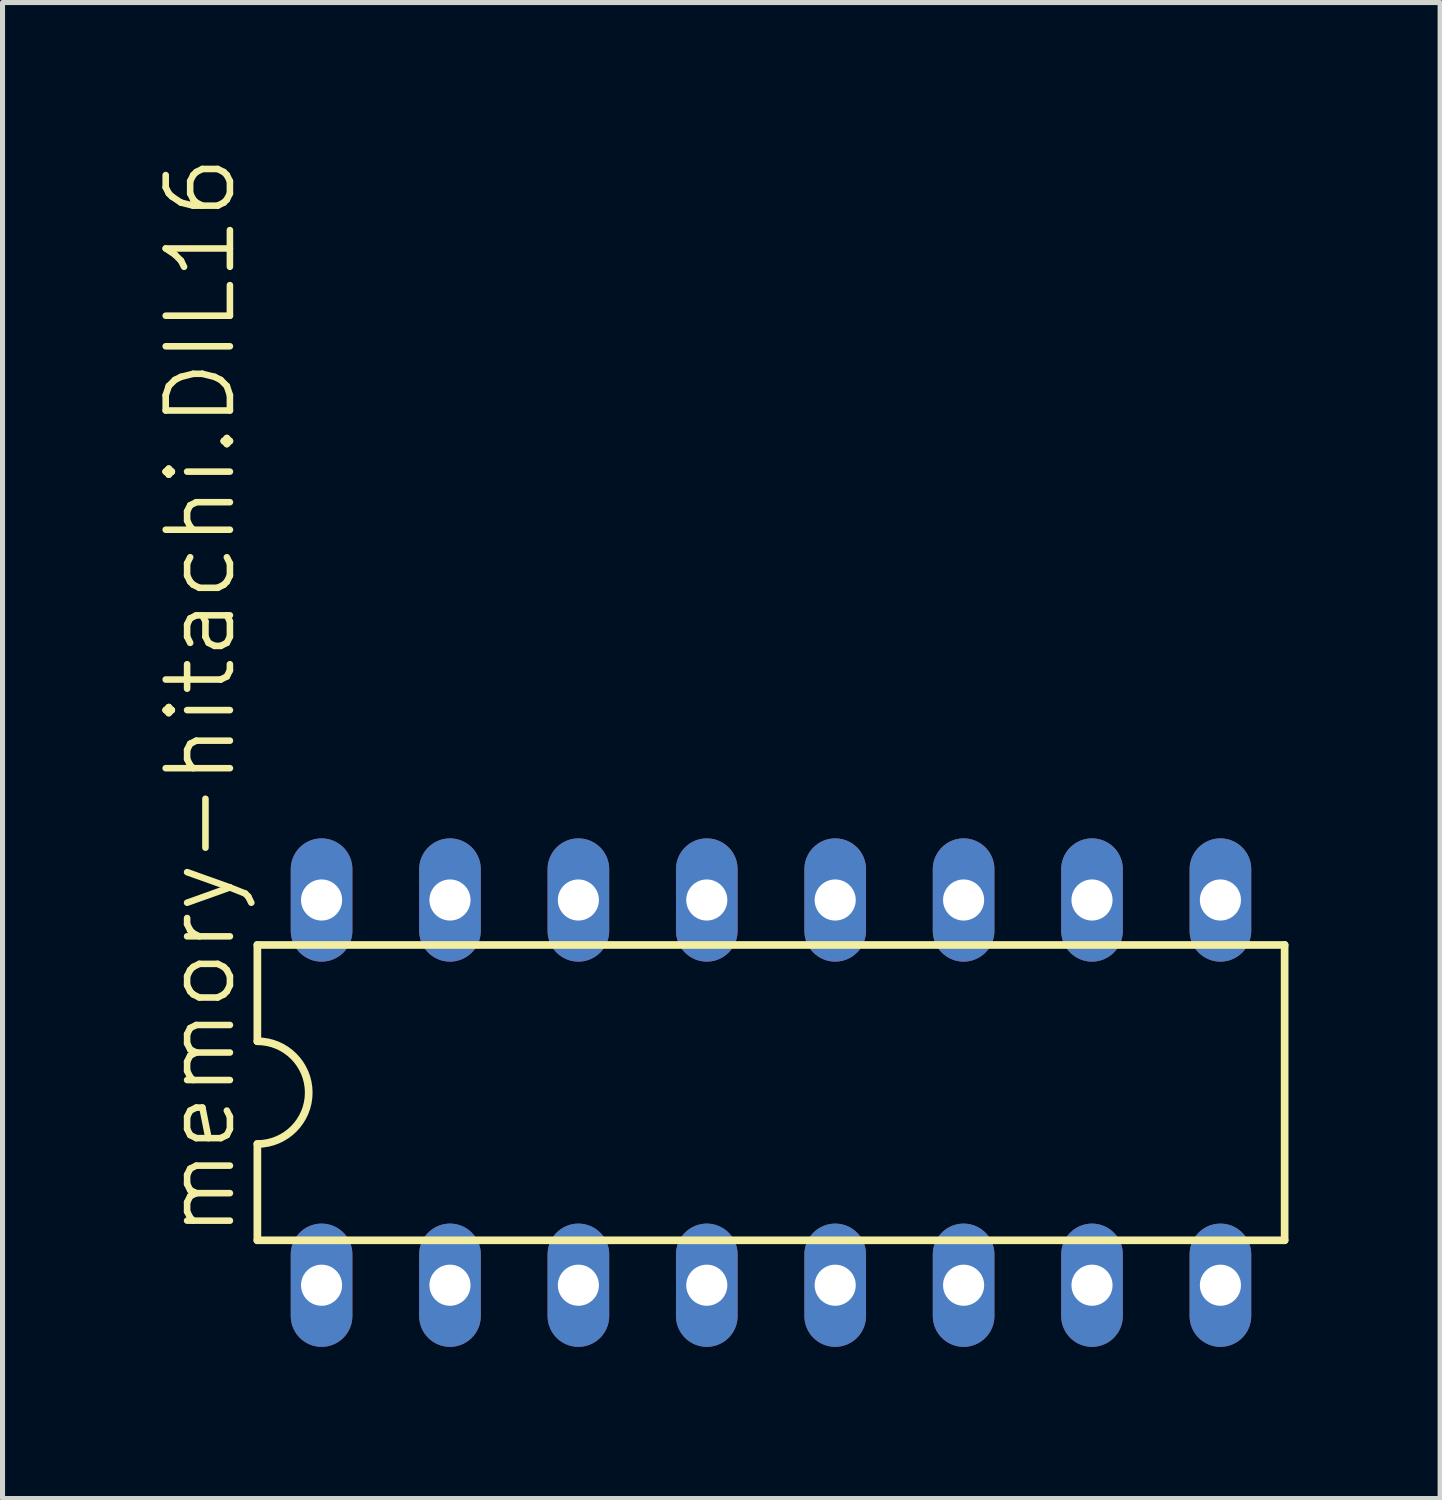
<source format=kicad_pcb>
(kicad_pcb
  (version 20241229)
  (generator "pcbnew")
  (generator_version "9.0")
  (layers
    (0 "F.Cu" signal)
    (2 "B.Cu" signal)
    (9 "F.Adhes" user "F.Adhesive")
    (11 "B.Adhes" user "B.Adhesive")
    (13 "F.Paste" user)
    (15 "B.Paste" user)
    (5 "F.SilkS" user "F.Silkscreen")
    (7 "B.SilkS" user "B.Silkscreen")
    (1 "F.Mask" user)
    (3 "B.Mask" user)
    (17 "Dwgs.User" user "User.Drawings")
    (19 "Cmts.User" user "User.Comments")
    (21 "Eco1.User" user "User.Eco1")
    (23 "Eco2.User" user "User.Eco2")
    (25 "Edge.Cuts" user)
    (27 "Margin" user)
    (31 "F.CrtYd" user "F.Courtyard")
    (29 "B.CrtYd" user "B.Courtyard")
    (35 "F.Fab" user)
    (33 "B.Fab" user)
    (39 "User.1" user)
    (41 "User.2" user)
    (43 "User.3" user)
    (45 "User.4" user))
  (footprint "memory-hitachi.DIL16"
    (layer "F.Cu")
    (at 12.201 18.563)
    (property "Reference" "memory-hitachi.DIL16" (at -10.541 2.921 90) (layer "F.SilkS") (effects (font (size 1.27 1.27) (thickness 0.13)) (justify left bottom)))
    (attr through_hole)
    (fp_line (start -10.16 -2.921) (end -10.16 -1.016) (stroke (width 0.152) (type default)) (layer "F.SilkS"))
    (fp_line (start -10.16 2.921) (end -10.16 1.016) (stroke (width 0.152) (type default)) (layer "F.SilkS"))
    (fp_line (start -10.16 2.921) (end 10.16 2.921) (stroke (width 0.152) (type default)) (layer "F.SilkS"))
    (fp_line (start 10.16 -2.921) (end -10.16 -2.921) (stroke (width 0.152) (type default)) (layer "F.SilkS"))
    (fp_line (start 10.16 -2.921) (end 10.16 2.921) (stroke (width 0.152) (type default)) (layer "F.SilkS"))
    (fp_arc (start -10.16 -1.016) (mid -9.144 0) (end -10.16 1.016) (stroke (width 0.1524) (type default)) (layer "F.SilkS"))
    (pad "1" thru_hole oval (at -8.89 3.81 90) (size 2.438 1.219) (drill 0.813) (layers "*.Cu" "*.Mask"))
    (pad "2" thru_hole oval (at -6.35 3.81 90) (size 2.438 1.219) (drill 0.813) (layers "*.Cu" "*.Mask"))
    (pad "3" thru_hole oval (at -3.81 3.81 90) (size 2.438 1.219) (drill 0.813) (layers "*.Cu" "*.Mask"))
    (pad "4" thru_hole oval (at -1.27 3.81 90) (size 2.438 1.219) (drill 0.813) (layers "*.Cu" "*.Mask"))
    (pad "5" thru_hole oval (at 1.27 3.81 90) (size 2.438 1.219) (drill 0.813) (layers "*.Cu" "*.Mask"))
    (pad "6" thru_hole oval (at 3.81 3.81 90) (size 2.438 1.219) (drill 0.813) (layers "*.Cu" "*.Mask"))
    (pad "7" thru_hole oval (at 6.35 3.81 90) (size 2.438 1.219) (drill 0.813) (layers "*.Cu" "*.Mask"))
    (pad "8" thru_hole oval (at 8.89 3.81 90) (size 2.438 1.219) (drill 0.813) (layers "*.Cu" "*.Mask"))
    (pad "9" thru_hole oval (at 8.89 -3.81 90) (size 2.438 1.219) (drill 0.813) (layers "*.Cu" "*.Mask"))
    (pad "10" thru_hole oval (at 6.35 -3.81 90) (size 2.438 1.219) (drill 0.813) (layers "*.Cu" "*.Mask"))
    (pad "11" thru_hole oval (at 3.81 -3.81 90) (size 2.438 1.219) (drill 0.813) (layers "*.Cu" "*.Mask"))
    (pad "12" thru_hole oval (at 1.27 -3.81 90) (size 2.438 1.219) (drill 0.813) (layers "*.Cu" "*.Mask"))
    (pad "13" thru_hole oval (at -1.27 -3.81 90) (size 2.438 1.219) (drill 0.813) (layers "*.Cu" "*.Mask"))
    (pad "14" thru_hole oval (at -3.81 -3.81 90) (size 2.438 1.219) (drill 0.813) (layers "*.Cu" "*.Mask"))
    (pad "15" thru_hole oval (at -6.35 -3.81 90) (size 2.438 1.219) (drill 0.813) (layers "*.Cu" "*.Mask"))
    (pad "16" thru_hole oval (at -8.89 -3.81 90) (size 2.438 1.219) (drill 0.813) (layers "*.Cu" "*.Mask")))
  (gr_rect
    (start -3 -3)
    (end 25.437 26.592)
    (stroke (width 0.1) (type default))
    (fill no)
    (layer "Edge.Cuts")))
</source>
